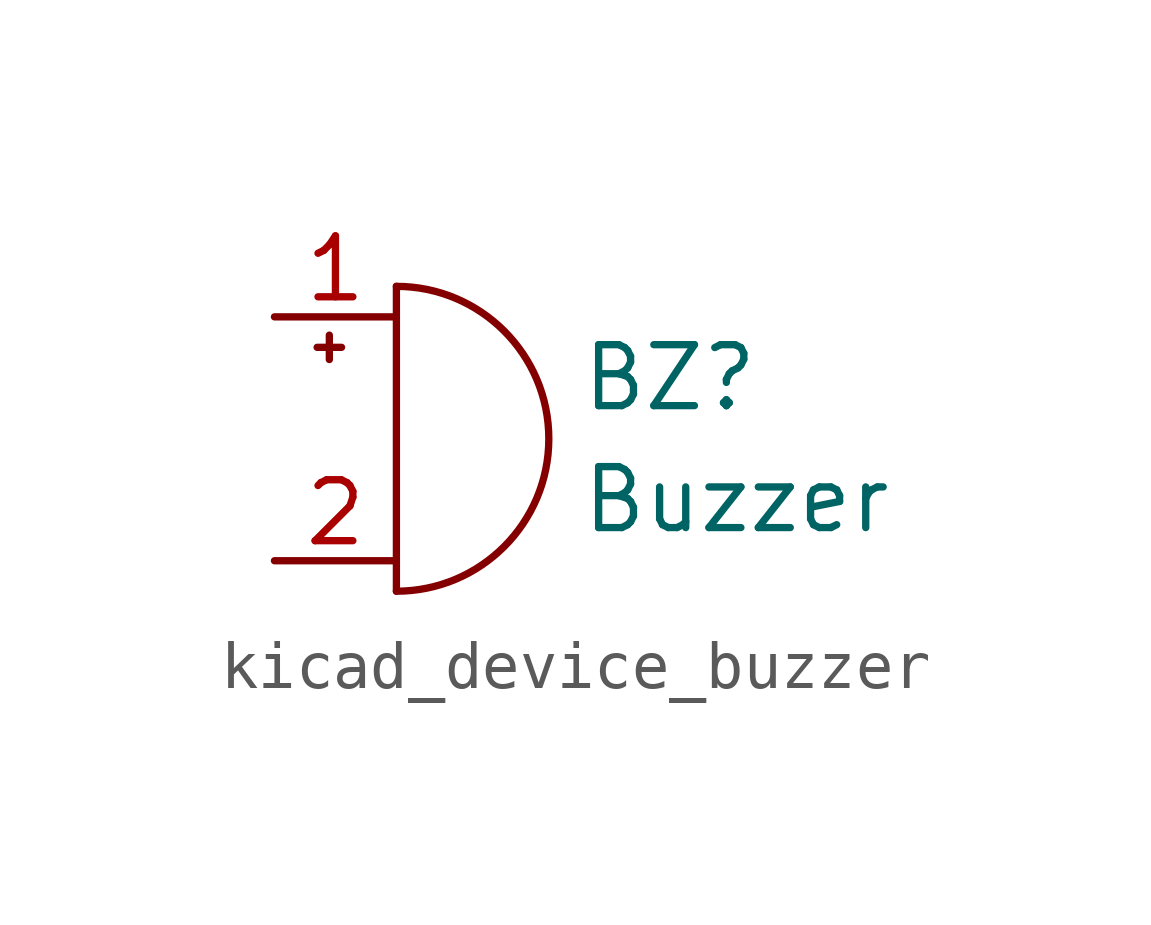
<source format=kicad_sym>
(kicad_symbol_lib
  (version 20220914)
  (generator kicad_symbol_editor)
  (symbol "kicad_device_buzzer"
    (pin_names
      (offset 0.025) hide)
    (property "Reference" "BZ"
      (at 3.81 1.27 0)
      (effects (font (size 1.27 1.27)) (justify left)))
    (property "Value" "Buzzer"
      (at 3.81 -1.27 0)
      (effects (font (size 1.27 1.27)) (justify left)))
    (symbol "kicad_device_buzzer_0_1"
      (arc (start 0 -3.175) (mid 3.1612 0) (end 0 3.175) (stroke (width 0) (type default)) (fill (type none)))
      (polyline (pts (xy -1.651 1.905) (xy -1.143 1.905)) (stroke (width 0) (type default)) (fill (type none)))
      (polyline (pts (xy -1.397 2.159) (xy -1.397 1.651)) (stroke (width 0) (type default)) (fill (type none)))
      (polyline (pts (xy 0 3.175) (xy 0 -3.175)) (stroke (width 0) (type default)) (fill (type none))))
    (symbol "kicad_device_buzzer_1_1"
      (pin passive line (at -2.54 2.54 0) (length 2.54) (name "-" (effects (font (size 1.27 1.27)))) (number "1" (effects (font (size 1.27 1.27)))))
      (pin passive line (at -2.54 -2.54 0) (length 2.54) (name "+" (effects (font (size 1.27 1.27)))) (number "2" (effects (font (size 1.27 1.27))))))))
</source>
